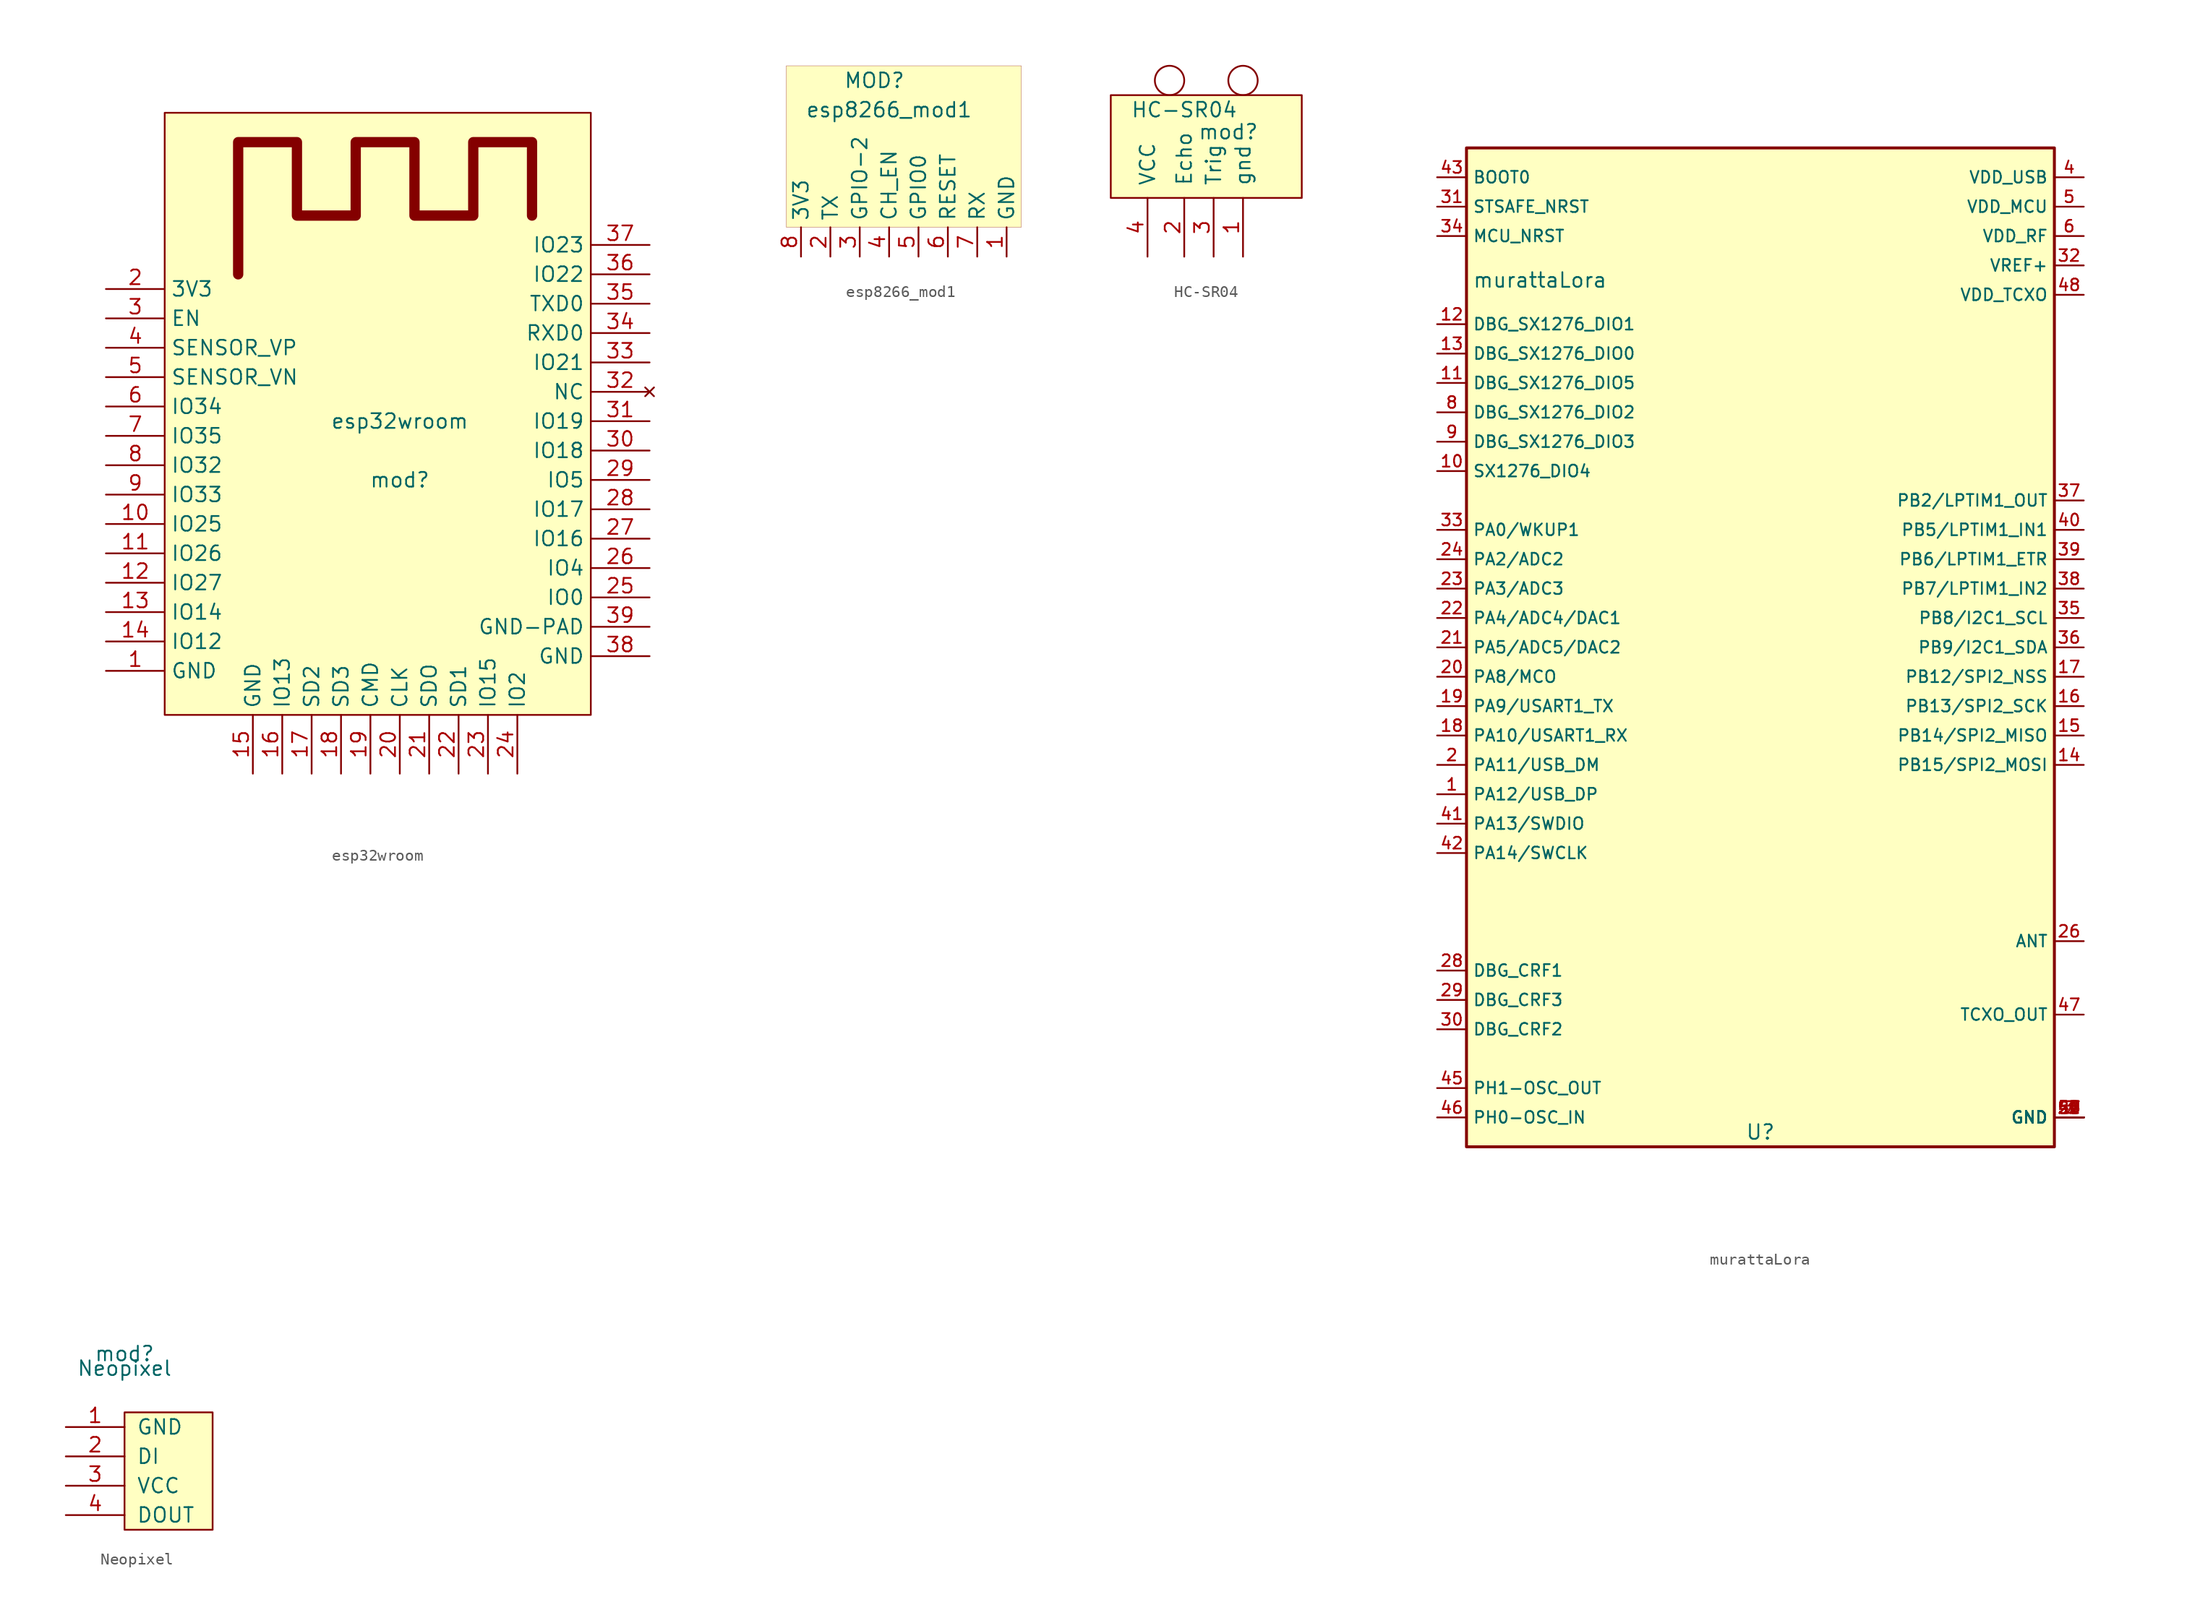
<source format=kicad_sym>
(kicad_symbol_lib
  (version 20201005)
  (generator kicad_symbol_editor)
  (symbol "modulles:esp32wroom"
    (property "Reference" "mod"
      (at 0 0 0)
      (effects (font (size 1.27 1.27))))
    (property "Value" "esp32wroom"
      (at 0 5.08 0)
      (effects (font (size 1.27 1.27))))
    (symbol "esp32wroom_0_1"
      (rectangle (start -20.32 31.75) (end 16.51 -20.32) (stroke (width 0)) (fill (type background)))
      (polyline (pts (xy -13.97 17.78) (xy -13.97 29.21) (xy -8.89 29.21) (xy -8.89 22.86) (xy -3.81 22.86) (xy -3.81 29.21) (xy 1.27 29.21) (xy 1.27 22.86) (xy 6.35 22.86) (xy 6.35 29.21) (xy 11.43 29.21) (xy 11.43 22.86)) (stroke (width 0.889)) (fill (type none))))
    (symbol "esp32wroom_1_1"
      (pin power_out line (at -25.4 -16.51 0) (length 5.08) (name "GND" (effects (font (size 1.27 1.27)))) (number "1" (effects (font (size 1.27 1.27)))))
      (pin bidirectional line (at -25.4 -3.81 0) (length 5.08) (name "IO25" (effects (font (size 1.27 1.27)))) (number "10" (effects (font (size 1.27 1.27)))))
      (pin bidirectional line (at -25.4 -6.35 0) (length 5.08) (name "IO26" (effects (font (size 1.27 1.27)))) (number "11" (effects (font (size 1.27 1.27)))))
      (pin bidirectional line (at -25.4 -8.89 0) (length 5.08) (name "IO27" (effects (font (size 1.27 1.27)))) (number "12" (effects (font (size 1.27 1.27)))))
      (pin bidirectional line (at -25.4 -11.43 0) (length 5.08) (name "IO14" (effects (font (size 1.27 1.27)))) (number "13" (effects (font (size 1.27 1.27)))))
      (pin bidirectional line (at -25.4 -13.97 0) (length 5.08) (name "IO12" (effects (font (size 1.27 1.27)))) (number "14" (effects (font (size 1.27 1.27)))))
      (pin power_in line (at -12.7 -25.4 90) (length 5.08) (name "GND" (effects (font (size 1.27 1.27)))) (number "15" (effects (font (size 1.27 1.27)))))
      (pin bidirectional line (at -10.16 -25.4 90) (length 5.08) (name "IO13" (effects (font (size 1.27 1.27)))) (number "16" (effects (font (size 1.27 1.27)))))
      (pin bidirectional line (at -7.62 -25.4 90) (length 5.08) (name "SD2" (effects (font (size 1.27 1.27)))) (number "17" (effects (font (size 1.27 1.27)))))
      (pin bidirectional line (at -5.08 -25.4 90) (length 5.08) (name "SD3" (effects (font (size 1.27 1.27)))) (number "18" (effects (font (size 1.27 1.27)))))
      (pin bidirectional line (at -2.54 -25.4 90) (length 5.08) (name "CMD" (effects (font (size 1.27 1.27)))) (number "19" (effects (font (size 1.27 1.27)))))
      (pin power_in line (at -25.4 16.51 0) (length 5.08) (name "3V3" (effects (font (size 1.27 1.27)))) (number "2" (effects (font (size 1.27 1.27)))))
      (pin input line (at 0 -25.4 90) (length 5.08) (name "CLK" (effects (font (size 1.27 1.27)))) (number "20" (effects (font (size 1.27 1.27)))))
      (pin bidirectional line (at 2.54 -25.4 90) (length 5.08) (name "SDO" (effects (font (size 1.27 1.27)))) (number "21" (effects (font (size 1.27 1.27)))))
      (pin bidirectional line (at 5.08 -25.4 90) (length 5.08) (name "SD1" (effects (font (size 1.27 1.27)))) (number "22" (effects (font (size 1.27 1.27)))))
      (pin bidirectional line (at 7.62 -25.4 90) (length 5.08) (name "IO15" (effects (font (size 1.27 1.27)))) (number "23" (effects (font (size 1.27 1.27)))))
      (pin bidirectional line (at 10.16 -25.4 90) (length 5.08) (name "IO2" (effects (font (size 1.27 1.27)))) (number "24" (effects (font (size 1.27 1.27)))))
      (pin bidirectional line (at 21.59 -10.16 180) (length 5.08) (name "IO0" (effects (font (size 1.27 1.27)))) (number "25" (effects (font (size 1.27 1.27)))))
      (pin input line (at 21.59 -7.62 180) (length 5.08) (name "IO4" (effects (font (size 1.27 1.27)))) (number "26" (effects (font (size 1.27 1.27)))))
      (pin bidirectional line (at 21.59 -5.08 180) (length 5.08) (name "IO16" (effects (font (size 1.27 1.27)))) (number "27" (effects (font (size 1.27 1.27)))))
      (pin bidirectional line (at 21.59 -2.54 180) (length 5.08) (name "IO17" (effects (font (size 1.27 1.27)))) (number "28" (effects (font (size 1.27 1.27)))))
      (pin bidirectional line (at 21.59 0 180) (length 5.08) (name "IO5" (effects (font (size 1.27 1.27)))) (number "29" (effects (font (size 1.27 1.27)))))
      (pin input line (at -25.4 13.97 0) (length 5.08) (name "EN" (effects (font (size 1.27 1.27)))) (number "3" (effects (font (size 1.27 1.27)))))
      (pin input line (at 21.59 2.54 180) (length 5.08) (name "IO18" (effects (font (size 1.27 1.27)))) (number "30" (effects (font (size 1.27 1.27)))))
      (pin bidirectional line (at 21.59 5.08 180) (length 5.08) (name "IO19" (effects (font (size 1.27 1.27)))) (number "31" (effects (font (size 1.27 1.27)))))
      (pin no_connect line (at 21.59 7.62 180) (length 5.08) (name "NC" (effects (font (size 1.27 1.27)))) (number "32" (effects (font (size 1.27 1.27)))))
      (pin bidirectional line (at 21.59 10.16 180) (length 5.08) (name "IO21" (effects (font (size 1.27 1.27)))) (number "33" (effects (font (size 1.27 1.27)))))
      (pin bidirectional line (at 21.59 12.7 180) (length 5.08) (name "RXD0" (effects (font (size 1.27 1.27)))) (number "34" (effects (font (size 1.27 1.27)))))
      (pin bidirectional line (at 21.59 15.24 180) (length 5.08) (name "TXD0" (effects (font (size 1.27 1.27)))) (number "35" (effects (font (size 1.27 1.27)))))
      (pin bidirectional line (at 21.59 17.78 180) (length 5.08) (name "IO22" (effects (font (size 1.27 1.27)))) (number "36" (effects (font (size 1.27 1.27)))))
      (pin bidirectional line (at 21.59 20.32 180) (length 5.08) (name "IO23" (effects (font (size 1.27 1.27)))) (number "37" (effects (font (size 1.27 1.27)))))
      (pin power_in line (at 21.59 -15.24 180) (length 5.08) (name "GND" (effects (font (size 1.27 1.27)))) (number "38" (effects (font (size 1.27 1.27)))))
      (pin power_in line (at 21.59 -12.7 180) (length 5.08) (name "GND-PAD" (effects (font (size 1.27 1.27)))) (number "39" (effects (font (size 1.27 1.27)))))
      (pin input line (at -25.4 11.43 0) (length 5.08) (name "SENSOR_VP" (effects (font (size 1.27 1.27)))) (number "4" (effects (font (size 1.27 1.27)))))
      (pin input line (at -25.4 8.89 0) (length 5.08) (name "SENSOR_VN" (effects (font (size 1.27 1.27)))) (number "5" (effects (font (size 1.27 1.27)))))
      (pin bidirectional line (at -25.4 6.35 0) (length 5.08) (name "IO34" (effects (font (size 1.27 1.27)))) (number "6" (effects (font (size 1.27 1.27)))))
      (pin bidirectional line (at -25.4 3.81 0) (length 5.08) (name "IO35" (effects (font (size 1.27 1.27)))) (number "7" (effects (font (size 1.27 1.27)))))
      (pin bidirectional line (at -25.4 1.27 0) (length 5.08) (name "IO32" (effects (font (size 1.27 1.27)))) (number "8" (effects (font (size 1.27 1.27)))))
      (pin bidirectional line (at -25.4 -1.27 0) (length 5.08) (name "IO33" (effects (font (size 1.27 1.27)))) (number "9" (effects (font (size 1.27 1.27)))))))
  (symbol "modulles:esp8266_mod1"
    (property "Reference" "MOD"
      (at 6.35 12.7 0)
      (effects (font (size 1.27 1.27))))
    (property "Value" "esp8266_mod1"
      (at 7.62 10.16 0)
      (effects (font (size 1.27 1.27))))
    (symbol "esp8266_mod1_0_1"
      (rectangle (start -1.27 13.97) (end 19.05 0) (stroke (width 0.001)) (fill (type background))))
    (symbol "esp8266_mod1_1_1"
      (pin power_out line (at 17.78 -2.54 90) (length 2.54) (name "GND" (effects (font (size 1.27 1.27)))) (number "1" (effects (font (size 1.27 1.27)))))
      (pin bidirectional line (at 2.54 -2.54 90) (length 2.54) (name "TX" (effects (font (size 1.27 1.27)))) (number "2" (effects (font (size 1.27 1.27)))))
      (pin bidirectional line (at 5.08 -2.54 90) (length 2.54) (name "GPIO-2" (effects (font (size 1.27 1.27)))) (number "3" (effects (font (size 1.27 1.27)))))
      (pin input line (at 7.62 -2.54 90) (length 2.54) (name "CH_EN" (effects (font (size 1.27 1.27)))) (number "4" (effects (font (size 1.27 1.27)))))
      (pin bidirectional line (at 10.16 -2.54 90) (length 2.54) (name "GPIO0" (effects (font (size 1.27 1.27)))) (number "5" (effects (font (size 1.27 1.27)))))
      (pin input line (at 12.7 -2.54 90) (length 2.54) (name "RESET" (effects (font (size 1.27 1.27)))) (number "6" (effects (font (size 1.27 1.27)))))
      (pin bidirectional line (at 15.24 -2.54 90) (length 2.54) (name "RX" (effects (font (size 1.27 1.27)))) (number "7" (effects (font (size 1.27 1.27)))))
      (pin power_in line (at 0 -2.54 90) (length 2.54) (name "3V3" (effects (font (size 1.27 1.27)))) (number "8" (effects (font (size 1.27 1.27)))))))
  (symbol "modulles:HC-SR04"
    (pin_names
      (offset 1.016))
    (property "Reference" "mod"
      (at 5.08 5.715 0)
      (effects (font (size 1.27 1.27))))
    (property "Value" "HC-SR04"
      (at 1.27 7.62 0)
      (effects (font (size 1.27 1.27))))
    (symbol "HC-SR04_0_1"
      (circle (center 0 10.16) (radius 1.27) (stroke (width 0)) (fill (type none)))
      (circle (center 6.35 10.16) (radius 1.27) (stroke (width 0)) (fill (type none)))
      (rectangle (start -5.08 8.89) (end 11.43 0) (stroke (width 0)) (fill (type background))))
    (symbol "HC-SR04_1_1"
      (pin power_out line (at 6.35 -5.08 90) (length 5.08) (name "gnd" (effects (font (size 1.27 1.27)))) (number "1" (effects (font (size 1.27 1.27)))))
      (pin output line (at 1.27 -5.08 90) (length 5.08) (name "Echo" (effects (font (size 1.27 1.27)))) (number "2" (effects (font (size 1.27 1.27)))))
      (pin input line (at 3.81 -5.08 90) (length 5.08) (name "Trig~" (effects (font (size 1.27 1.27)))) (number "3" (effects (font (size 1.27 1.27)))))
      (pin power_in line (at -1.905 -5.08 90) (length 5.08) (name "VCC" (effects (font (size 1.27 1.27)))) (number "4" (effects (font (size 1.27 1.27)))))))
  (symbol "modulles:murattaLora"
    (property "Reference" "U"
      (at -1.27 -46.99 0)
      (effects (font (size 1.27 1.27))))
    (property "Value" "murattaLora"
      (at -20.32 26.67 0)
      (effects (font (size 1.27 1.27))))
    (symbol "murattaLora_0_0"
      (rectangle (start -26.67 -48.26) (end 24.13 38.1) (stroke (width 0.254)) (fill (type background)))
      (pin bidirectional line (at -29.21 -17.78 0) (length 2.54) (name "PA12/USB_DP" (effects (font (size 1.016 1.016)))) (number "1" (effects (font (size 1.016 1.016)))))
      (pin bidirectional line (at -29.21 10.16 0) (length 2.54) (name "SX1276_DIO4" (effects (font (size 1.016 1.016)))) (number "10" (effects (font (size 1.016 1.016)))))
      (pin bidirectional line (at -29.21 17.78 0) (length 2.54) (name "DBG_SX1276_DIO5" (effects (font (size 1.016 1.016)))) (number "11" (effects (font (size 1.016 1.016)))))
      (pin bidirectional line (at -29.21 22.86 0) (length 2.54) (name "DBG_SX1276_DIO1" (effects (font (size 1.016 1.016)))) (number "12" (effects (font (size 1.016 1.016)))))
      (pin bidirectional line (at -29.21 20.32 0) (length 2.54) (name "DBG_SX1276_DIO0" (effects (font (size 1.016 1.016)))) (number "13" (effects (font (size 1.016 1.016)))))
      (pin bidirectional line (at 26.67 -15.24 180) (length 2.54) (name "PB15/SPI2_MOSI" (effects (font (size 1.016 1.016)))) (number "14" (effects (font (size 1.016 1.016)))))
      (pin bidirectional line (at 26.67 -12.7 180) (length 2.54) (name "PB14/SPI2_MISO" (effects (font (size 1.016 1.016)))) (number "15" (effects (font (size 1.016 1.016)))))
      (pin bidirectional line (at 26.67 -10.16 180) (length 2.54) (name "PB13/SPI2_SCK" (effects (font (size 1.016 1.016)))) (number "16" (effects (font (size 1.016 1.016)))))
      (pin bidirectional line (at 26.67 -7.62 180) (length 2.54) (name "PB12/SPI2_NSS" (effects (font (size 1.016 1.016)))) (number "17" (effects (font (size 1.016 1.016)))))
      (pin bidirectional line (at -29.21 -12.7 0) (length 2.54) (name "PA10/USART1_RX" (effects (font (size 1.016 1.016)))) (number "18" (effects (font (size 1.016 1.016)))))
      (pin bidirectional line (at -29.21 -10.16 0) (length 2.54) (name "PA9/USART1_TX" (effects (font (size 1.016 1.016)))) (number "19" (effects (font (size 1.016 1.016)))))
      (pin bidirectional line (at -29.21 -15.24 0) (length 2.54) (name "PA11/USB_DM" (effects (font (size 1.016 1.016)))) (number "2" (effects (font (size 1.016 1.016)))))
      (pin bidirectional line (at -29.21 -7.62 0) (length 2.54) (name "PA8/MCO" (effects (font (size 1.016 1.016)))) (number "20" (effects (font (size 1.016 1.016)))))
      (pin bidirectional line (at -29.21 -5.08 0) (length 2.54) (name "PA5/ADC5/DAC2" (effects (font (size 1.016 1.016)))) (number "21" (effects (font (size 1.016 1.016)))))
      (pin bidirectional line (at -29.21 -2.54 0) (length 2.54) (name "PA4/ADC4/DAC1" (effects (font (size 1.016 1.016)))) (number "22" (effects (font (size 1.016 1.016)))))
      (pin bidirectional line (at -29.21 0 0) (length 2.54) (name "PA3/ADC3" (effects (font (size 1.016 1.016)))) (number "23" (effects (font (size 1.016 1.016)))))
      (pin bidirectional line (at -29.21 2.54 0) (length 2.54) (name "PA2/ADC2" (effects (font (size 1.016 1.016)))) (number "24" (effects (font (size 1.016 1.016)))))
      (pin power_in line (at 26.67 -45.72 180) (length 2.54) (name "GND" (effects (font (size 1.016 1.016)))) (number "25" (effects (font (size 1.016 1.016)))))
      (pin bidirectional line (at 26.67 -30.48 180) (length 2.54) (name "ANT" (effects (font (size 1.016 1.016)))) (number "26" (effects (font (size 1.016 1.016)))))
      (pin power_in line (at 26.67 -45.72 180) (length 2.54) (name "GND" (effects (font (size 1.016 1.016)))) (number "27" (effects (font (size 1.016 1.016)))))
      (pin bidirectional line (at -29.21 -33.02 0) (length 2.54) (name "DBG_CRF1" (effects (font (size 1.016 1.016)))) (number "28" (effects (font (size 1.016 1.016)))))
      (pin bidirectional line (at -29.21 -35.56 0) (length 2.54) (name "DBG_CRF3" (effects (font (size 1.016 1.016)))) (number "29" (effects (font (size 1.016 1.016)))))
      (pin power_in line (at 26.67 -45.72 180) (length 2.54) (name "GND" (effects (font (size 1.016 1.016)))) (number "3" (effects (font (size 1.016 1.016)))))
      (pin bidirectional line (at -29.21 -38.1 0) (length 2.54) (name "DBG_CRF2" (effects (font (size 1.016 1.016)))) (number "30" (effects (font (size 1.016 1.016)))))
      (pin input line (at -29.21 33.02 0) (length 2.54) (name "STSAFE_NRST" (effects (font (size 1.016 1.016)))) (number "31" (effects (font (size 1.016 1.016)))))
      (pin power_in line (at 26.67 27.94 180) (length 2.54) (name "VREF+" (effects (font (size 1.016 1.016)))) (number "32" (effects (font (size 1.016 1.016)))))
      (pin bidirectional line (at -29.21 5.08 0) (length 2.54) (name "PA0/WKUP1" (effects (font (size 1.016 1.016)))) (number "33" (effects (font (size 1.016 1.016)))))
      (pin input line (at -29.21 30.48 0) (length 2.54) (name "MCU_NRST" (effects (font (size 1.016 1.016)))) (number "34" (effects (font (size 1.016 1.016)))))
      (pin bidirectional line (at 26.67 -2.54 180) (length 2.54) (name "PB8/I2C1_SCL" (effects (font (size 1.016 1.016)))) (number "35" (effects (font (size 1.016 1.016)))))
      (pin bidirectional line (at 26.67 -5.08 180) (length 2.54) (name "PB9/I2C1_SDA" (effects (font (size 1.016 1.016)))) (number "36" (effects (font (size 1.016 1.016)))))
      (pin bidirectional line (at 26.67 7.62 180) (length 2.54) (name "PB2/LPTIM1_OUT" (effects (font (size 1.016 1.016)))) (number "37" (effects (font (size 1.016 1.016)))))
      (pin bidirectional line (at 26.67 0 180) (length 2.54) (name "PB7/LPTIM1_IN2" (effects (font (size 1.016 1.016)))) (number "38" (effects (font (size 1.016 1.016)))))
      (pin bidirectional line (at 26.67 2.54 180) (length 2.54) (name "PB6/LPTIM1_ETR" (effects (font (size 1.016 1.016)))) (number "39" (effects (font (size 1.016 1.016)))))
      (pin power_in line (at 26.67 35.56 180) (length 2.54) (name "VDD_USB" (effects (font (size 1.016 1.016)))) (number "4" (effects (font (size 1.016 1.016)))))
      (pin bidirectional line (at 26.67 5.08 180) (length 2.54) (name "PB5/LPTIM1_IN1" (effects (font (size 1.016 1.016)))) (number "40" (effects (font (size 1.016 1.016)))))
      (pin bidirectional line (at -29.21 -20.32 0) (length 2.54) (name "PA13/SWDIO" (effects (font (size 1.016 1.016)))) (number "41" (effects (font (size 1.016 1.016)))))
      (pin bidirectional line (at -29.21 -22.86 0) (length 2.54) (name "PA14/SWCLK" (effects (font (size 1.016 1.016)))) (number "42" (effects (font (size 1.016 1.016)))))
      (pin input line (at -29.21 35.56 0) (length 2.54) (name "BOOT0" (effects (font (size 1.016 1.016)))) (number "43" (effects (font (size 1.016 1.016)))))
      (pin power_in line (at 26.67 -45.72 180) (length 2.54) (name "GND" (effects (font (size 1.016 1.016)))) (number "44" (effects (font (size 1.016 1.016)))))
      (pin bidirectional line (at -29.21 -43.18 0) (length 2.54) (name "PH1-OSC_OUT" (effects (font (size 1.016 1.016)))) (number "45" (effects (font (size 1.016 1.016)))))
      (pin bidirectional line (at -29.21 -45.72 0) (length 2.54) (name "PH0-OSC_IN" (effects (font (size 1.016 1.016)))) (number "46" (effects (font (size 1.016 1.016)))))
      (pin output line (at 26.67 -36.83 180) (length 2.54) (name "TCXO_OUT" (effects (font (size 1.016 1.016)))) (number "47" (effects (font (size 1.016 1.016)))))
      (pin power_in line (at 26.67 25.4 180) (length 2.54) (name "VDD_TCXO" (effects (font (size 1.016 1.016)))) (number "48" (effects (font (size 1.016 1.016)))))
      (pin power_in line (at 26.67 -45.72 180) (length 2.54) (name "GND" (effects (font (size 1.016 1.016)))) (number "49" (effects (font (size 1.016 1.016)))))
      (pin power_in line (at 26.67 33.02 180) (length 2.54) (name "VDD_MCU" (effects (font (size 1.016 1.016)))) (number "5" (effects (font (size 1.016 1.016)))))
      (pin power_in line (at 26.67 -45.72 180) (length 2.54) (name "GND" (effects (font (size 1.016 1.016)))) (number "50" (effects (font (size 1.016 1.016)))))
      (pin power_in line (at 26.67 -45.72 180) (length 2.54) (name "GND" (effects (font (size 1.016 1.016)))) (number "51" (effects (font (size 1.016 1.016)))))
      (pin power_in line (at 26.67 -45.72 180) (length 2.54) (name "GND" (effects (font (size 1.016 1.016)))) (number "52" (effects (font (size 1.016 1.016)))))
      (pin power_in line (at 26.67 -45.72 180) (length 2.54) (name "GND" (effects (font (size 1.016 1.016)))) (number "53" (effects (font (size 1.016 1.016)))))
      (pin power_in line (at 26.67 -45.72 180) (length 2.54) (name "GND" (effects (font (size 1.016 1.016)))) (number "54" (effects (font (size 1.016 1.016)))))
      (pin power_in line (at 26.67 -45.72 180) (length 2.54) (name "GND" (effects (font (size 1.016 1.016)))) (number "55" (effects (font (size 1.016 1.016)))))
      (pin power_in line (at 26.67 -45.72 180) (length 2.54) (name "GND" (effects (font (size 1.016 1.016)))) (number "56" (effects (font (size 1.016 1.016)))))
      (pin power_in line (at 26.67 -45.72 180) (length 2.54) (name "GND" (effects (font (size 1.016 1.016)))) (number "57" (effects (font (size 1.016 1.016)))))
      (pin power_in line (at 26.67 30.48 180) (length 2.54) (name "VDD_RF" (effects (font (size 1.016 1.016)))) (number "6" (effects (font (size 1.016 1.016)))))
      (pin power_in line (at 26.67 -45.72 180) (length 2.54) (name "GND" (effects (font (size 1.016 1.016)))) (number "7" (effects (font (size 1.016 1.016)))))
      (pin bidirectional line (at -29.21 15.24 0) (length 2.54) (name "DBG_SX1276_DIO2" (effects (font (size 1.016 1.016)))) (number "8" (effects (font (size 1.016 1.016)))))
      (pin bidirectional line (at -29.21 12.7 0) (length 2.54) (name "DBG_SX1276_DIO3" (effects (font (size 1.016 1.016)))) (number "9" (effects (font (size 1.016 1.016)))))))
  (symbol "modulles:Neopixel"
    (pin_names
      (offset 1.016))
    (property "Reference" "mod"
      (at 0 11.43 0)
      (effects (font (size 1.27 1.27))))
    (property "Value" "Neopixel"
      (at 0 10.16 0)
      (effects (font (size 1.27 1.27))))
    (symbol "Neopixel_0_1"
      (rectangle (start 0 6.35) (end 7.62 -3.81) (stroke (width 0)) (fill (type background))))
    (symbol "Neopixel_1_1"
      (pin power_out line (at -5.08 5.08 0) (length 5.08) (name "GND" (effects (font (size 1.27 1.27)))) (number "1" (effects (font (size 1.27 1.27)))))
      (pin input line (at -5.08 2.54 0) (length 5.08) (name "DI" (effects (font (size 1.27 1.27)))) (number "2" (effects (font (size 1.27 1.27)))))
      (pin power_out line (at -5.08 0 0) (length 5.08) (name "VCC" (effects (font (size 1.27 1.27)))) (number "3" (effects (font (size 1.27 1.27)))))
      (pin power_out line (at -5.08 -2.54 0) (length 5.08) (name "DOUT" (effects (font (size 1.27 1.27)))) (number "4" (effects (font (size 1.27 1.27))))))))
</source>
